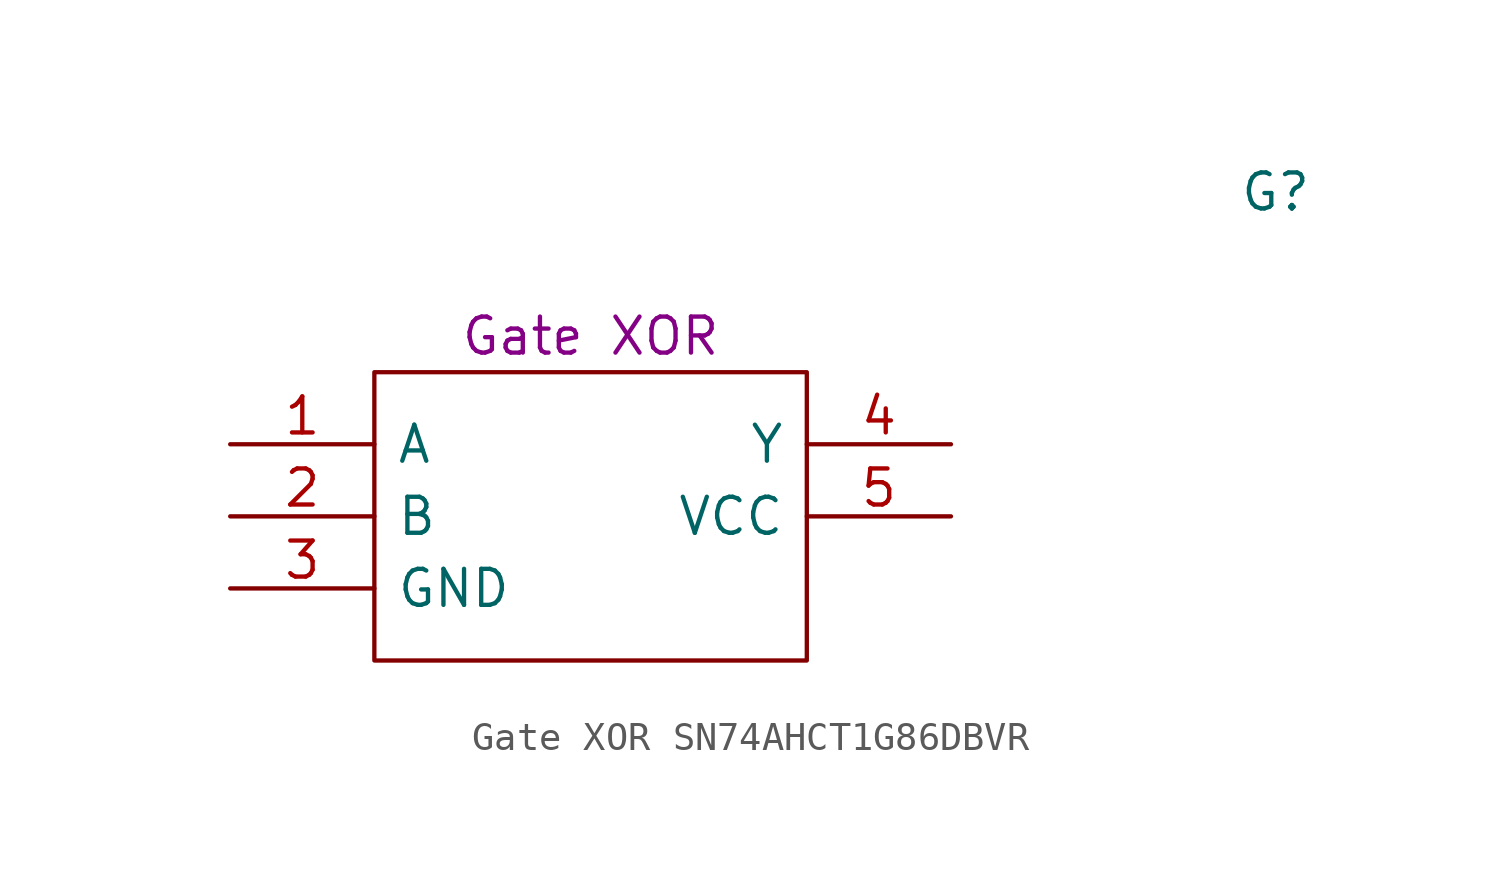
<source format=kicad_sym>
(kicad_symbol_lib
  (version 20211014)
  (generator kicad_symbol_editor)
  (symbol "Gate XOR SN74AHCT1G86DBVR"
    (pin_names
      (offset 0.762))
    (property "Reference" "G"
      (at 35.56 8.89 0)
      (effects (font (size 1.27 1.27)) (justify left)))
    (property "Render Name" "Gate XOR"
      (at 12.7 3.81 0)
      (effects (font (size 1.27 1.27))))
    (symbol "Gate XOR SN74AHCT1G86DBVR_0_0"
      (pin passive line (at 0 0 0) (length 5.08) (name "A" (effects (font (size 1.27 1.27)))) (number "1" (effects (font (size 1.27 1.27)))))
      (pin passive line (at 0 -2.54 0) (length 5.08) (name "B" (effects (font (size 1.27 1.27)))) (number "2" (effects (font (size 1.27 1.27)))))
      (pin passive line (at 0 -5.08 0) (length 5.08) (name "GND" (effects (font (size 1.27 1.27)))) (number "3" (effects (font (size 1.27 1.27)))))
      (pin passive line (at 25.4 0 180) (length 5.08) (name "Y" (effects (font (size 1.27 1.27)))) (number "4" (effects (font (size 1.27 1.27)))))
      (pin passive line (at 25.4 -2.54 180) (length 5.08) (name "VCC" (effects (font (size 1.27 1.27)))) (number "5" (effects (font (size 1.27 1.27))))))
    (symbol "Gate XOR SN74AHCT1G86DBVR_0_1"
      (polyline (pts (xy 5.08 2.54) (xy 20.32 2.54) (xy 20.32 -7.62) (xy 5.08 -7.62) (xy 5.08 2.54)) (stroke (width 0.152) (type default) (color 0 0 0 0)) (fill (type none))))))
</source>
